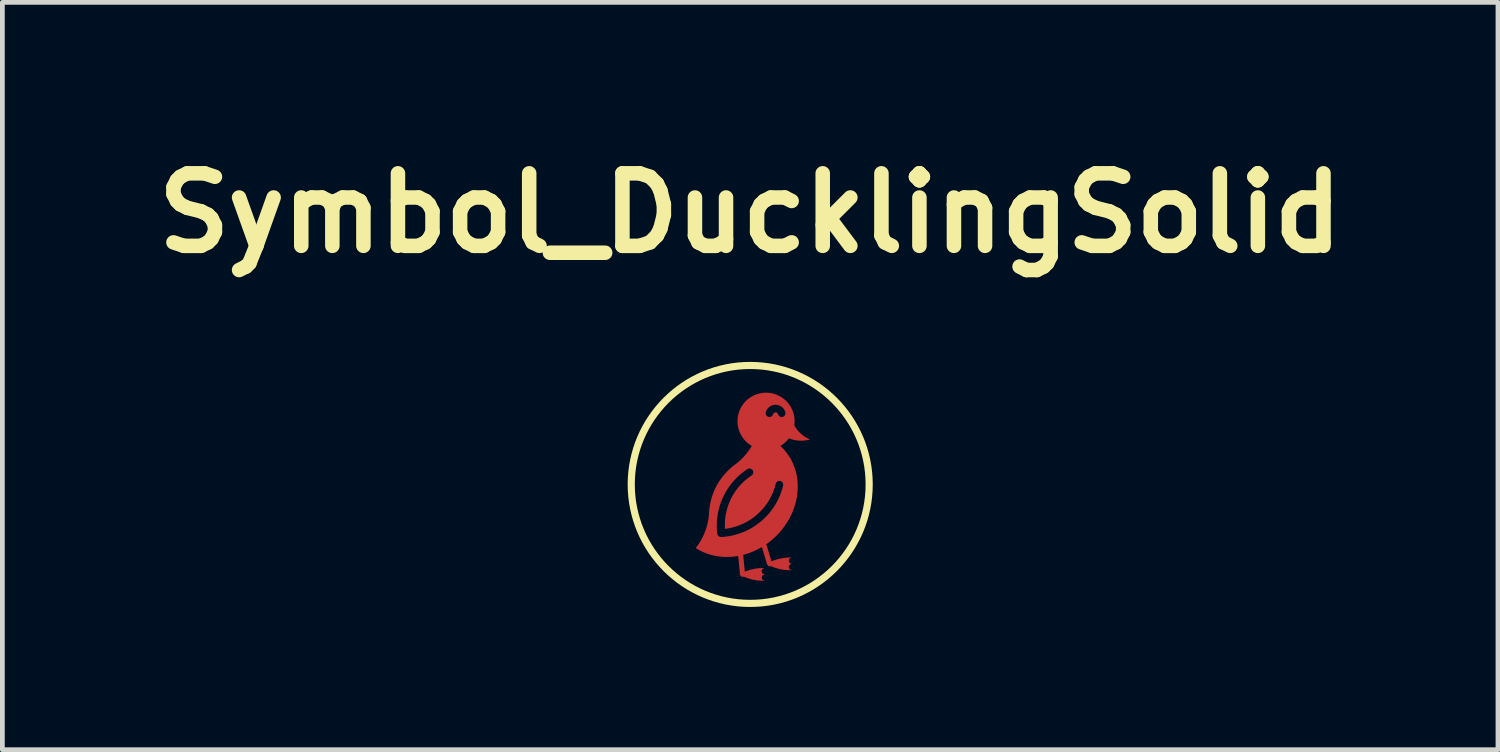
<source format=kicad_pcb>
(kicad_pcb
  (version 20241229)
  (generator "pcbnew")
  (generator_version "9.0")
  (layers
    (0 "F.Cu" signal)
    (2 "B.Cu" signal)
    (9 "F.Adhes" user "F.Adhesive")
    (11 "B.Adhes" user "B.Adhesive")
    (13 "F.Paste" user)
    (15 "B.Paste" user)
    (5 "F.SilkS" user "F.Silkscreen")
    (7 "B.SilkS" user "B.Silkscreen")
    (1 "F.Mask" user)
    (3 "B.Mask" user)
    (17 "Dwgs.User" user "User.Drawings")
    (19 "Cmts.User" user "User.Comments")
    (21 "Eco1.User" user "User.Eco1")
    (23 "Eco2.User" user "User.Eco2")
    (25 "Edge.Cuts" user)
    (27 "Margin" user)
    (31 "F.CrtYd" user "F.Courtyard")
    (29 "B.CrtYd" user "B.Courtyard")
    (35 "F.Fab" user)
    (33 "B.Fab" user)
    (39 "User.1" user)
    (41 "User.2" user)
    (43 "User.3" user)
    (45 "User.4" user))
  (footprint "Symbol_DucklingSolid"
    (layer "F.Cu")
    (at 12.715 7.13)
    (property "Reference" "Symbol_DucklingSolid" (at 0 -5.703 0) (layer "F.SilkS") (effects (font (size 1.524 1.524) (thickness 0.305))))
    (attr exclude_from_pos_files exclude_from_bom)
    (fp_circle (center 0 0) (end 2.5 0) (stroke (width 0.15) (type default)) (fill no) (layer "F.SilkS"))
    (pad "" smd custom (at 0.333 -1.928) (size 0.00001 0.00001) (layers "F.Cu" "F.Mask") (options (anchor circle)) (primitives (gr_poly (pts (xy 0 0) (xy -0.029 0.001) (xy -0.059 0.003) (xy -0.088 0.006) (xy -0.117 0.012) (xy -0.146 0.018) (xy -0.174 0.026) (xy -0.202 0.035) (xy -0.23 0.046) (xy -0.257 0.058) (xy -0.283 0.071) (xy -0.308 0.085) (xy -0.333 0.101) (xy -0.357 0.118) (xy -0.381 0.136) (xy -0.403 0.155) (xy -0.424 0.176) (xy -0.445 0.197) (xy -0.464 0.219) (xy -0.482 0.242) (xy -0.499 0.267) (xy -0.515 0.291) (xy -0.529 0.317) (xy -0.542 0.343) (xy -0.554 0.37) (xy -0.565 0.398) (xy -0.574 0.426) (xy -0.582 0.454) (xy -0.588 0.483) (xy -0.594 0.512) (xy -0.597 0.541) (xy -0.599 0.57) (xy -0.6 0.6) (xy -0.599 0.639) (xy -0.595 0.678) (xy -0.588 0.717) (xy -0.58 0.755) (xy -0.568 0.792) (xy -0.554 0.829) (xy -0.538 0.865) (xy -0.52 0.9) (xy -0.499 0.933) (xy -0.476 0.965) (xy -0.451 0.995) (xy -0.424 1.024) (xy -0.396 1.051) (xy -0.365 1.075) (xy -0.333 1.098) (xy -0.3 1.119) (xy -0.317 1.148) (xy -0.335 1.176) (xy -0.354 1.204) (xy -0.374 1.231) (xy -0.394 1.258) (xy -0.415 1.284) (xy -0.436 1.31) (xy -0.459 1.335) (xy -0.481 1.36) (xy -0.505 1.384) (xy -0.529 1.407) (xy -0.553 1.43) (xy -0.578 1.452) (xy -0.604 1.474) (xy -0.63 1.495) (xy -0.657 1.515) (xy -0.686 1.537) (xy -0.715 1.56) (xy -0.743 1.584) (xy -0.77 1.609) (xy -0.797 1.634) (xy -0.823 1.66) (xy -0.848 1.687) (xy -0.872 1.714) (xy -0.896 1.742) (xy -0.919 1.771) (xy -0.941 1.8) (xy -0.962 1.83) (xy -0.983 1.86) (xy -1.002 1.892) (xy -1.021 1.923) (xy -1.039 1.955) (xy -1.056 1.988) (xy -1.072 2.021) (xy -1.087 2.054) (xy -1.101 2.088) (xy -1.115 2.122) (xy -1.127 2.157) (xy -1.138 2.192) (xy -1.149 2.227) (xy -1.158 2.262) (xy -1.167 2.298) (xy -1.174 2.334) (xy -1.181 2.37) (xy -1.186 2.407) (xy -1.191 2.443) (xy -1.194 2.48) (xy -1.197 2.516) (xy -1.2 2.567) (xy -1.206 2.617) (xy -1.213 2.667) (xy -1.223 2.717) (xy -1.234 2.767) (xy -1.247 2.816) (xy -1.262 2.864) (xy -1.279 2.912) (xy -1.298 2.959) (xy -1.318 3.006) (xy -1.341 3.051) (xy -1.365 3.096) (xy -1.39 3.14) (xy -1.418 3.183) (xy -1.447 3.224) (xy -1.477 3.265) (xy -1.477 3.265) (xy -1.453 3.28) (xy -1.429 3.294) (xy -1.404 3.308) (xy -1.38 3.321) (xy -1.354 3.334) (xy -1.329 3.346) (xy -1.303 3.357) (xy -1.277 3.368) (xy -1.25 3.378) (xy -1.223 3.388) (xy -1.196 3.397) (xy -1.169 3.405) (xy -1.141 3.412) (xy -1.113 3.419) (xy -1.085 3.426) (xy -1.057 3.431) (xy -1.028 3.436) (xy -1 3.44) (xy -0.971 3.444) (xy -0.942 3.447) (xy -0.941 3.447) (xy -0.941 3.033) (xy -0.971 3.029) (xy -0.997 3.015) (xy -1.016 2.991) (xy -1.025 2.963) (xy -1.03 2.913) (xy -1.034 2.863) (xy -1.035 2.813) (xy -1.035 2.763) (xy -1.033 2.713) (xy -1.03 2.664) (xy -1.024 2.615) (xy -1.017 2.566) (xy -1.009 2.518) (xy -0.998 2.47) (xy -0.986 2.423) (xy -0.973 2.376) (xy -0.958 2.329) (xy -0.941 2.283) (xy -0.922 2.238) (xy -0.903 2.194) (xy -0.881 2.15) (xy -0.858 2.107) (xy -0.834 2.065) (xy -0.808 2.023) (xy -0.781 1.983) (xy -0.752 1.943) (xy -0.722 1.904) (xy -0.691 1.867) (xy -0.658 1.83) (xy -0.624 1.795) (xy -0.588 1.76) (xy -0.551 1.727) (xy -0.513 1.695) (xy -0.474 1.664) (xy -0.433 1.634) (xy -0.391 1.606) (xy -0.372 1.597) (xy -0.352 1.593) (xy -0.348 1.593) (xy -0.345 1.593) (xy -0.338 1.594) (xy -0.331 1.595) (xy -0.302 1.607) (xy -0.28 1.63) (xy -0.269 1.659) (xy -0.269 1.69) (xy -0.282 1.719) (xy -0.304 1.74) (xy -0.347 1.769) (xy -0.388 1.8) (xy -0.428 1.832) (xy -0.466 1.866) (xy -0.503 1.901) (xy -0.538 1.938) (xy -0.571 1.975) (xy -0.603 2.014) (xy -0.633 2.055) (xy -0.661 2.096) (xy -0.688 2.138) (xy -0.713 2.182) (xy -0.736 2.226) (xy -0.757 2.271) (xy -0.776 2.317) (xy -0.794 2.364) (xy -0.81 2.411) (xy -0.824 2.46) (xy -0.835 2.508) (xy -0.846 2.558) (xy -0.854 2.607) (xy -0.86 2.658) (xy -0.864 2.708) (xy -0.866 2.759) (xy -0.866 2.811) (xy -0.864 2.862) (xy -0.815 2.855) (xy -0.766 2.846) (xy -0.717 2.835) (xy -0.669 2.822) (xy -0.622 2.808) (xy -0.576 2.792) (xy -0.53 2.774) (xy -0.486 2.754) (xy -0.442 2.733) (xy -0.399 2.71) (xy -0.357 2.685) (xy -0.317 2.659) (xy -0.277 2.632) (xy -0.238 2.603) (xy -0.201 2.572) (xy -0.165 2.54) (xy -0.13 2.507) (xy -0.096 2.472) (xy -0.064 2.436) (xy -0.033 2.399) (xy -0.003 2.36) (xy 0.025 2.32) (xy 0.051 2.279) (xy 0.076 2.237) (xy 0.099 2.194) (xy 0.121 2.15) (xy 0.141 2.105) (xy 0.159 2.058) (xy 0.176 2.011) (xy 0.191 1.963) (xy 0.203 1.914) (xy 0.216 1.885) (xy 0.239 1.864) (xy 0.269 1.853) (xy 0.3 1.855) (xy 0.328 1.868) (xy 0.349 1.89) (xy 0.36 1.92) (xy 0.359 1.951) (xy 0.346 2) (xy 0.332 2.048) (xy 0.316 2.096) (xy 0.299 2.142) (xy 0.28 2.188) (xy 0.259 2.233) (xy 0.237 2.277) (xy 0.214 2.32) (xy 0.189 2.362) (xy 0.163 2.403) (xy 0.135 2.443) (xy 0.106 2.482) (xy 0.076 2.52) (xy 0.044 2.557) (xy 0.012 2.592) (xy -0.022 2.627) (xy -0.057 2.66) (xy -0.093 2.692) (xy -0.13 2.723) (xy -0.168 2.753) (xy -0.207 2.781) (xy -0.247 2.808) (xy -0.288 2.834) (xy -0.33 2.858) (xy -0.373 2.881) (xy -0.417 2.902) (xy -0.461 2.922) (xy -0.506 2.94) (xy -0.552 2.957) (xy -0.599 2.972) (xy -0.646 2.986) (xy -0.694 2.998) (xy -0.742 3.008) (xy -0.791 3.017) (xy -0.841 3.024) (xy -0.891 3.03) (xy -0.941 3.033) (xy -0.941 3.447) (xy -0.912 3.449) (xy -0.883 3.451) (xy -0.854 3.452) (xy -0.824 3.452) (xy -0.794 3.452) (xy -0.765 3.451) (xy -0.735 3.449) (xy -0.705 3.447) (xy -0.675 3.444) (xy -0.645 3.44) (xy -0.616 3.436) (xy -0.586 3.431) (xy -0.586 3.43) (xy -0.548 3.811) (xy -0.555 3.815) (xy -0.561 3.818) (xy -0.554 3.822) (xy -0.547 3.826) (xy -0.527 3.86) (xy -0.489 3.871) (xy -0.479 3.869) (xy -0.469 3.865) (xy -0.443 3.876) (xy -0.416 3.887) (xy -0.39 3.897) (xy -0.363 3.905) (xy -0.336 3.914) (xy -0.308 3.921) (xy -0.281 3.928) (xy -0.253 3.933) (xy -0.225 3.939) (xy -0.197 3.943) (xy -0.169 3.946) (xy -0.141 3.949) (xy -0.112 3.951) (xy -0.084 3.952) (xy -0.056 3.952) (xy -0.027 3.952) (xy -0.074 3.932) (xy -0.093 3.885) (xy -0.074 3.838) (xy -0.027 3.818) (xy -0.075 3.799) (xy -0.095 3.752) (xy -0.075 3.704) (xy -0.027 3.685) (xy -0.054 3.685) (xy -0.081 3.685) (xy -0.108 3.686) (xy -0.135 3.687) (xy -0.161 3.69) (xy -0.188 3.693) (xy -0.214 3.696) (xy -0.241 3.701) (xy -0.267 3.706) (xy -0.293 3.712) (xy -0.319 3.719) (xy -0.345 3.726) (xy -0.371 3.734) (xy -0.396 3.742) (xy -0.421 3.752) (xy -0.446 3.762) (xy -0.48 3.415) (xy -0.481 3.408) (xy -0.481 3.408) (xy -0.43 3.394) (xy -0.38 3.378) (xy -0.33 3.36) (xy -0.28 3.34) (xy -0.231 3.319) (xy -0.183 3.295) (xy -0.135 3.27) (xy -0.088 3.244) (xy -0.088 3.243) (xy 0.017 3.592) (xy 0.013 3.595) (xy 0.008 3.597) (xy 0.015 3.601) (xy 0.021 3.604) (xy 0.024 3.613) (xy 0.05 3.644) (xy 0.09 3.648) (xy 0.095 3.646) (xy 0.1 3.644) (xy 0.126 3.655) (xy 0.152 3.666) (xy 0.179 3.675) (xy 0.206 3.684) (xy 0.233 3.692) (xy 0.26 3.7) (xy 0.288 3.706) (xy 0.316 3.712) (xy 0.344 3.717) (xy 0.372 3.722) (xy 0.4 3.725) (xy 0.428 3.728) (xy 0.456 3.73) (xy 0.485 3.731) (xy 0.513 3.731) (xy 0.541 3.73) (xy 0.494 3.711) (xy 0.474 3.664) (xy 0.494 3.616) (xy 0.541 3.597) (xy 0.494 3.578) (xy 0.475 3.53) (xy 0.494 3.483) (xy 0.541 3.464) (xy 0.514 3.463) (xy 0.487 3.464) (xy 0.459 3.464) (xy 0.432 3.466) (xy 0.405 3.469) (xy 0.378 3.472) (xy 0.35 3.476) (xy 0.323 3.481) (xy 0.297 3.486) (xy 0.27 3.492) (xy 0.244 3.499) (xy 0.217 3.507) (xy 0.191 3.515) (xy 0.165 3.524) (xy 0.14 3.534) (xy 0.114 3.544) (xy 0.01 3.199) (xy 0.007 3.192) (xy 0.003 3.185) (xy 0.003 3.185) (xy 0.035 3.162) (xy 0.067 3.139) (xy 0.098 3.114) (xy 0.128 3.089) (xy 0.158 3.063) (xy 0.187 3.036) (xy 0.216 3.009) (xy 0.244 2.98) (xy 0.271 2.951) (xy 0.297 2.922) (xy 0.323 2.892) (xy 0.347 2.861) (xy 0.371 2.83) (xy 0.394 2.798) (xy 0.417 2.765) (xy 0.438 2.732) (xy 0.459 2.699) (xy 0.478 2.665) (xy 0.497 2.631) (xy 0.515 2.596) (xy 0.532 2.561) (xy 0.548 2.526) (xy 0.563 2.49) (xy 0.577 2.454) (xy 0.59 2.418) (xy 0.602 2.382) (xy 0.613 2.345) (xy 0.623 2.308) (xy 0.632 2.271) (xy 0.64 2.234) (xy 0.647 2.197) (xy 0.653 2.16) (xy 0.658 2.123) (xy 0.661 2.086) (xy 0.664 2.048) (xy 0.666 2.011) (xy 0.666 1.975) (xy 0.666 1.938) (xy 0.664 1.901) (xy 0.662 1.865) (xy 0.658 1.828) (xy 0.653 1.792) (xy 0.647 1.757) (xy 0.641 1.721) (xy 0.633 1.686) (xy 0.624 1.652) (xy 0.614 1.617) (xy 0.603 1.583) (xy 0.591 1.55) (xy 0.578 1.517) (xy 0.564 1.485) (xy 0.549 1.453) (xy 0.534 1.421) (xy 0.517 1.39) (xy 0.499 1.36) (xy 0.48 1.331) (xy 0.461 1.302) (xy 0.44 1.273) (xy 0.419 1.246) (xy 0.397 1.219) (xy 0.374 1.193) (xy 0.35 1.167) (xy 0.325 1.143) (xy 0.3 1.119) (xy 0.3 1.119) (xy 0.318 1.108) (xy 0.318 0.511) (xy 0.289 0.501) (xy 0.265 0.481) (xy 0.252 0.453) (xy 0.232 0.421) (xy 0.2 0.413) (xy 0.168 0.421) (xy 0.148 0.453) (xy 0.135 0.481) (xy 0.111 0.501) (xy 0.082 0.511) (xy 0.051 0.509) (xy 0.023 0.495) (xy 0.002 0.472) (xy -0.008 0.442) (xy -0.006 0.411) (xy 0.012 0.365) (xy 0.04 0.326) (xy 0.074 0.295) (xy 0.114 0.272) (xy 0.156 0.258) (xy 0.2 0.253) (xy 0.244 0.258) (xy 0.286 0.272) (xy 0.326 0.295) (xy 0.36 0.326) (xy 0.388 0.365) (xy 0.406 0.411) (xy 0.408 0.442) (xy 0.398 0.472) (xy 0.378 0.495) (xy 0.35 0.509) (xy 0.318 0.511) (xy 0.318 1.108) (xy 0.326 1.103) (xy 0.351 1.086) (xy 0.376 1.067) (xy 0.399 1.047) (xy 0.421 1.026) (xy 0.442 1.004) (xy 0.463 0.981) (xy 0.481 0.957) (xy 0.481 0.959) (xy 0.507 0.969) (xy 0.534 0.978) (xy 0.561 0.986) (xy 0.588 0.993) (xy 0.616 0.998) (xy 0.644 1.003) (xy 0.672 1.006) (xy 0.7 1.008) (xy 0.729 1.009) (xy 0.757 1.009) (xy 0.785 1.007) (xy 0.813 1.005) (xy 0.841 1.001) (xy 0.869 0.996) (xy 0.897 0.99) (xy 0.924 0.982) (xy 0.898 0.971) (xy 0.873 0.958) (xy 0.848 0.945) (xy 0.824 0.93) (xy 0.8 0.915) (xy 0.777 0.898) (xy 0.755 0.881) (xy 0.733 0.862) (xy 0.713 0.843) (xy 0.693 0.823) (xy 0.674 0.802) (xy 0.656 0.78) (xy 0.639 0.757) (xy 0.623 0.734) (xy 0.608 0.71) (xy 0.594 0.686) (xy 0.594 0.686) (xy 0.598 0.643) (xy 0.6 0.6) (xy 0.599 0.57) (xy 0.597 0.541) (xy 0.594 0.512) (xy 0.588 0.483) (xy 0.582 0.454) (xy 0.574 0.426) (xy 0.565 0.398) (xy 0.554 0.37) (xy 0.542 0.343) (xy 0.529 0.317) (xy 0.515 0.291) (xy 0.499 0.267) (xy 0.482 0.242) (xy 0.464 0.219) (xy 0.445 0.197) (xy 0.424 0.176) (xy 0.403 0.155) (xy 0.381 0.136) (xy 0.357 0.118) (xy 0.333 0.101) (xy 0.308 0.085) (xy 0.283 0.071) (xy 0.257 0.058) (xy 0.23 0.046) (xy 0.202 0.035) (xy 0.174 0.026) (xy 0.146 0.018) (xy 0.117 0.012) (xy 0.088 0.006) (xy 0.059 0.003) (xy 0.029 0.001) (xy 0 0)) (width 0.00001) (fill yes)))))
  (gr_rect
    (start -3 -3)
    (end 28.429 12.705)
    (stroke (width 0.1) (type default))
    (fill no)
    (layer "Edge.Cuts")))
</source>
